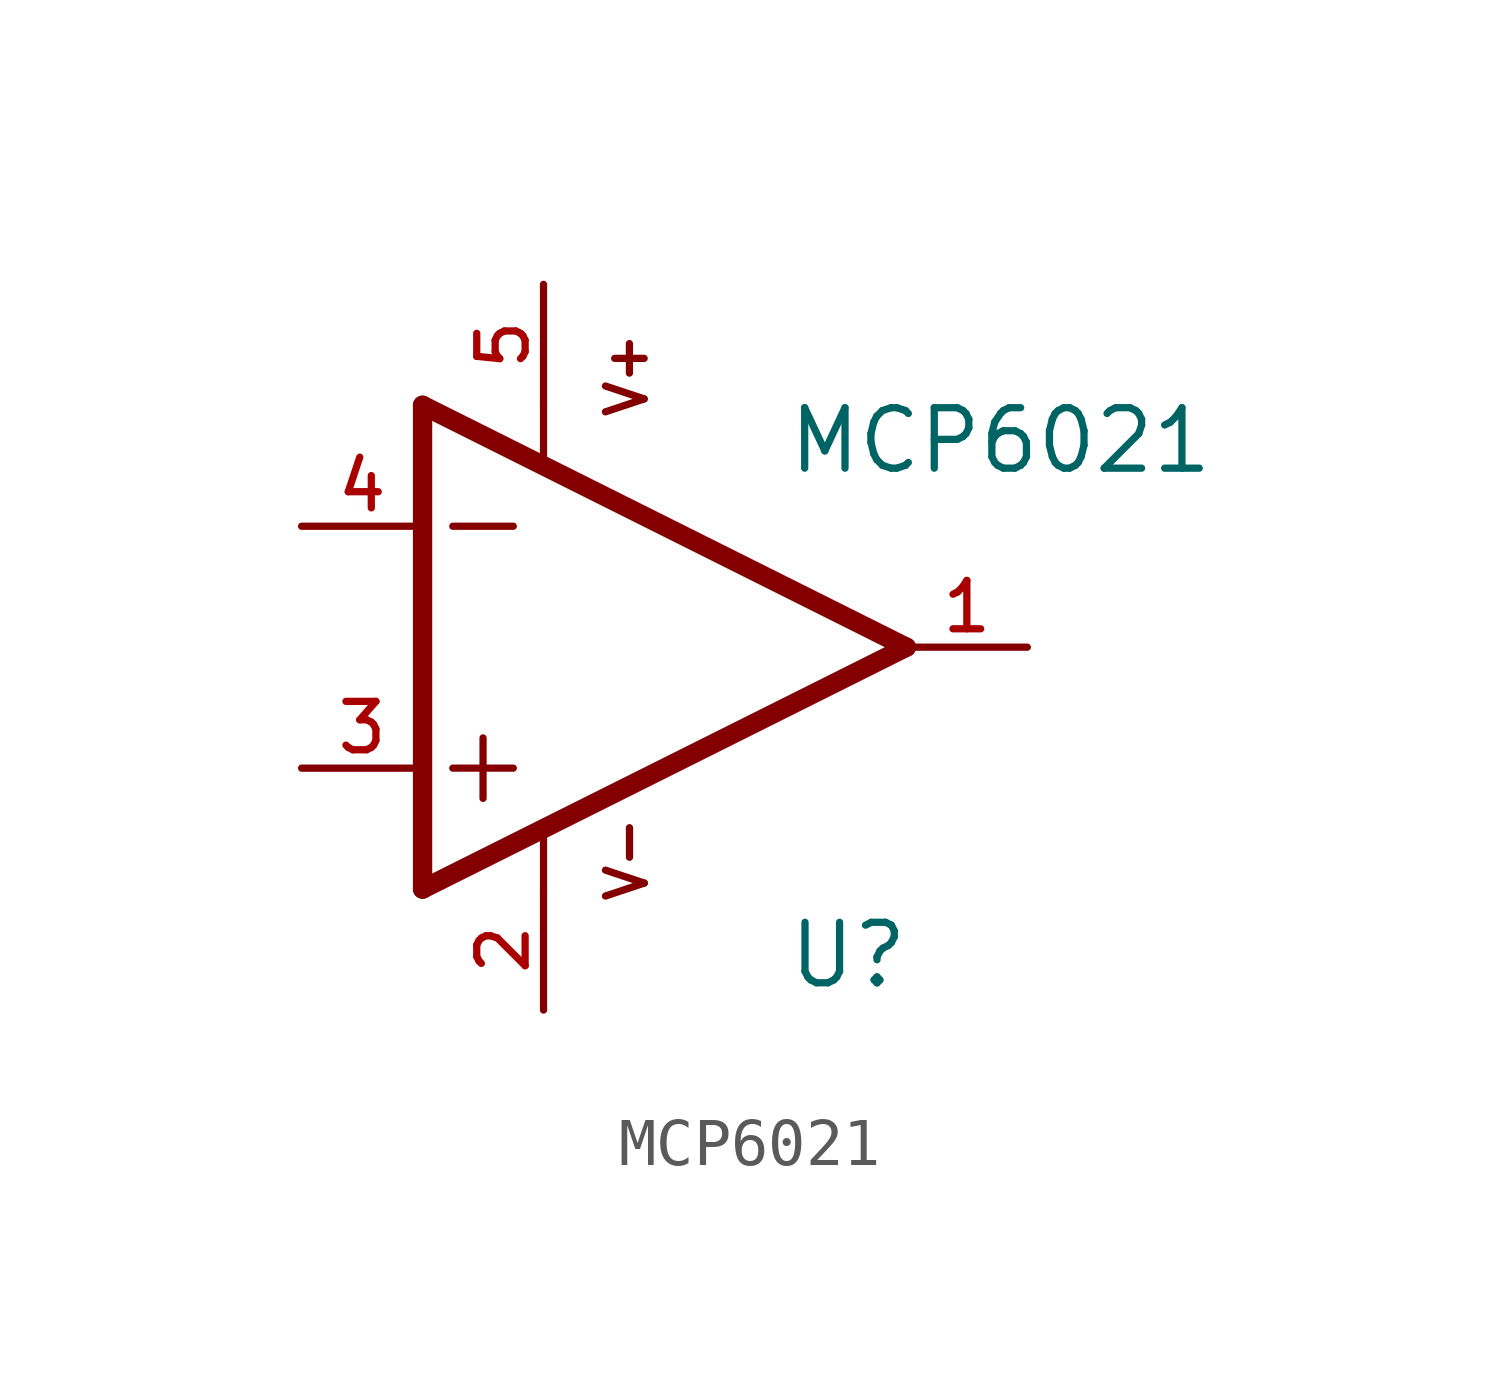
<source format=kicad_sym>
(kicad_symbol_lib
  (version 20211014)
  (generator kicad_symbol_editor)
  (symbol "MCP6021"
    (pin_names
      (offset 1.016))
    (property "Reference" "U"
      (at 5.089 -5.725 0.0)
      (effects (font (size 1.27 1.27)) (justify top left)))
    (property "Value" "MCP6021"
      (at 5.082 5.082 0.0)
      (effects (font (size 1.27 1.27)) (justify top left)))
    (symbol "MCP6021_0_0"
      (polyline (pts (xy -1.27 -3.175) (xy -1.27 -1.905)) (stroke (width 0.152)))
      (polyline (pts (xy -1.905 -2.54) (xy -0.635 -2.54)) (stroke (width 0.152)))
      (polyline (pts (xy -1.905 2.54) (xy -0.635 2.54)) (stroke (width 0.152)))
      (polyline (pts (xy 0.0 -5.08) (xy 0.0 -3.886)) (stroke (width 0.152)))
      (polyline (pts (xy 0.0 3.912) (xy 0.0 5.08)) (stroke (width 0.152)))
      (polyline (pts (xy 7.62 0.0) (xy -2.54 -5.08)) (stroke (width 0.406)))
      (polyline (pts (xy -2.54 -5.08) (xy -2.54 5.08)) (stroke (width 0.406)))
      (polyline (pts (xy -2.54 5.08) (xy 7.62 0.0)) (stroke (width 0.406)))
      (text "V+" (at 1.27 5.717 900) (effects (font (size 0.813 0.813)) (justify top)))
      (text "V-" (at 1.271 -4.45 900) (effects (font (size 0.814 0.814)) (justify top)))
      (pin input line (at -5.08 -2.54 0) (length 2.54) (name "~" (effects (font (size 1.016 1.016)))) (number "3" (effects (font (size 1.016 1.016)))))
      (pin input line (at -5.08 2.54 0) (length 2.54) (name "~" (effects (font (size 1.016 1.016)))) (number "4" (effects (font (size 1.016 1.016)))))
      (pin output line (at 10.16 0.0 180.0) (length 2.54) (name "~" (effects (font (size 1.016 1.016)))) (number "1" (effects (font (size 1.016 1.016)))))
      (pin power_in line (at 0.0 7.62 270.0) (length 2.54) (name "~" (effects (font (size 1.016 1.016)))) (number "5" (effects (font (size 1.016 1.016)))))
      (pin power_in line (at 0.0 -7.62 90.0) (length 2.54) (name "~" (effects (font (size 1.016 1.016)))) (number "2" (effects (font (size 1.016 1.016))))))))
</source>
